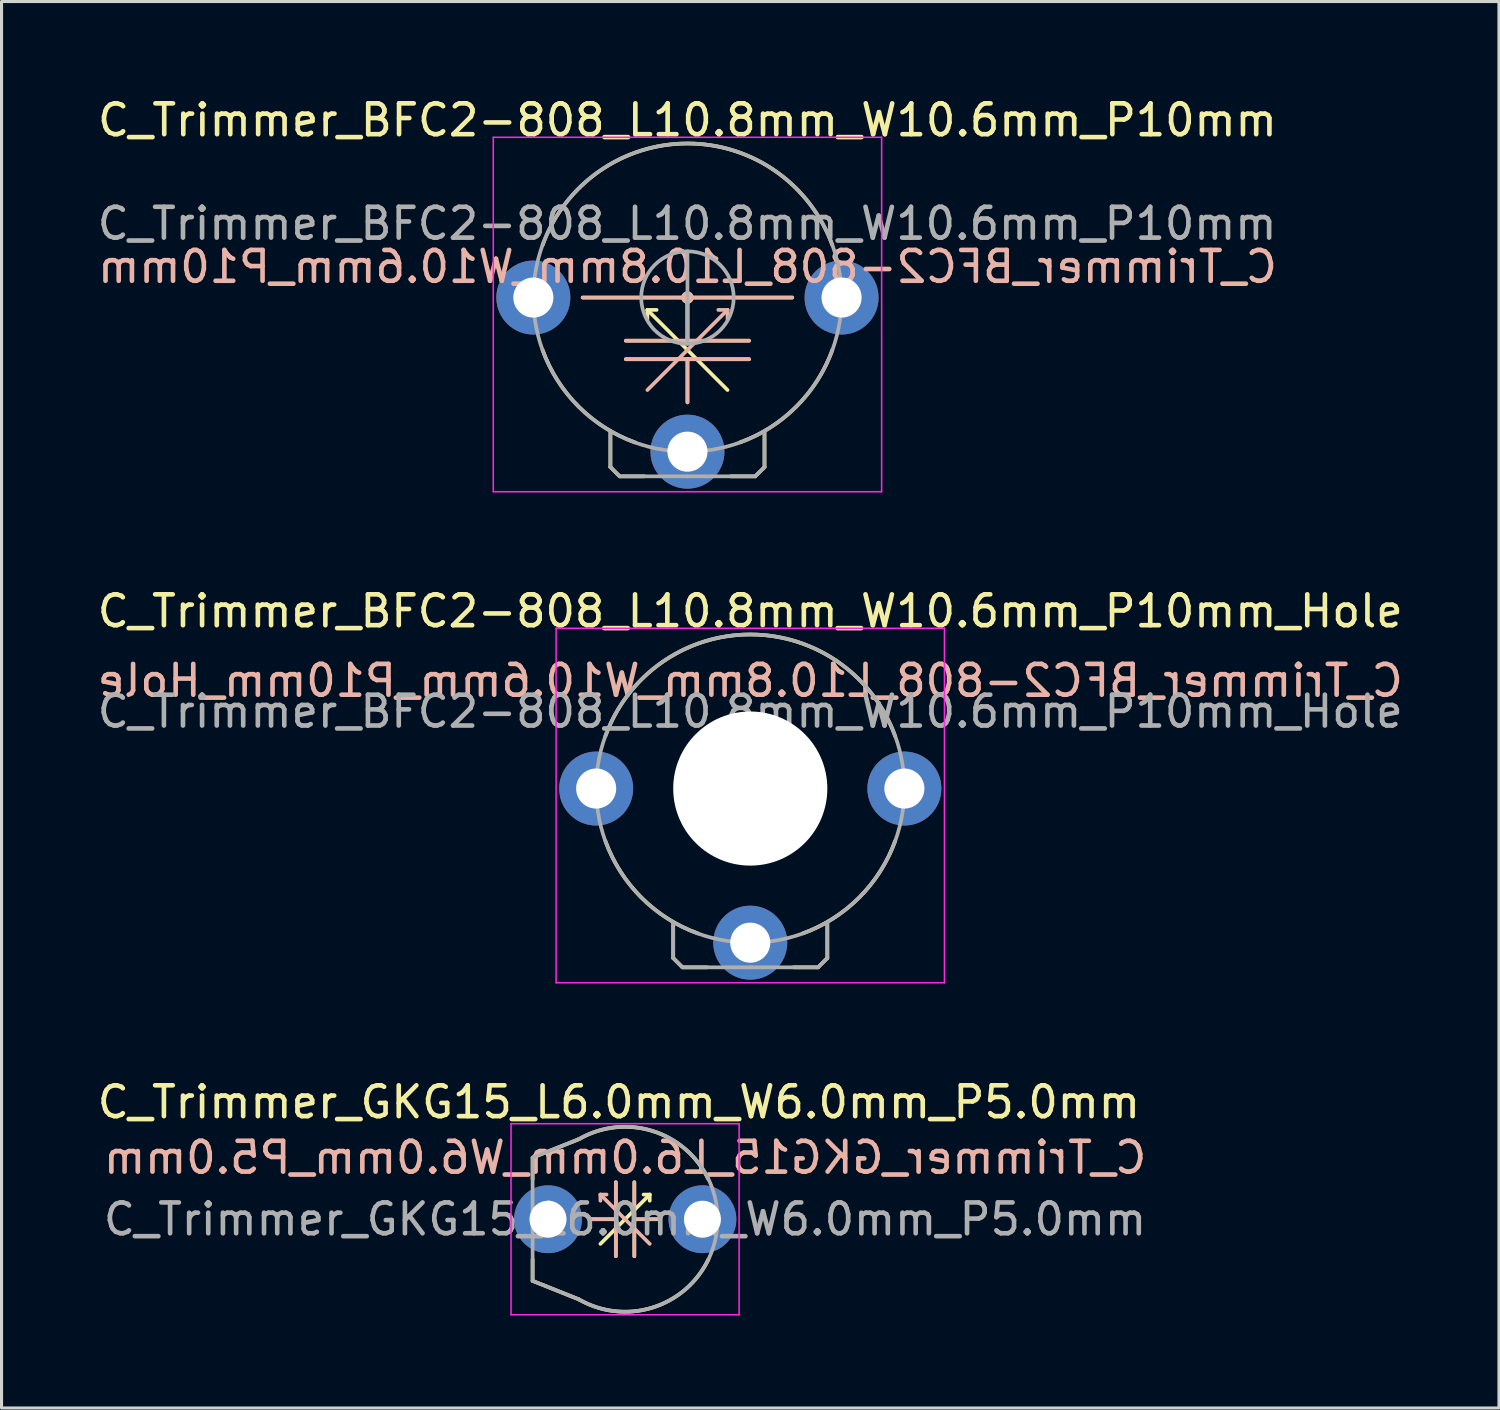
<source format=kicad_pcb>
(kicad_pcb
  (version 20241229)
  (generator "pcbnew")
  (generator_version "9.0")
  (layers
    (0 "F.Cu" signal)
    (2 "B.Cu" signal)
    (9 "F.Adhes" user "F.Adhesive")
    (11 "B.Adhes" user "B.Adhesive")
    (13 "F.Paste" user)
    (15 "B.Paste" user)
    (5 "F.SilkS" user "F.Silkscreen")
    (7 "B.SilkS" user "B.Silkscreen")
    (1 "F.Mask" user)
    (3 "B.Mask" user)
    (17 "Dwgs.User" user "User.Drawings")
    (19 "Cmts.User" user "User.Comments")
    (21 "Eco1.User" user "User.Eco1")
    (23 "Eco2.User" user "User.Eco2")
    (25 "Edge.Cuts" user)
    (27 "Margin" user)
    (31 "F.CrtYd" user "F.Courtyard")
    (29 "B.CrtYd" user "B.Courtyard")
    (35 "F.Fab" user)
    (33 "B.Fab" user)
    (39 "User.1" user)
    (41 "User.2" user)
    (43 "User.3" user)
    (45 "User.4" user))
  (footprint "C_Trimmer_BFC2-808_L10.8mm_W10.6mm_P10mm_Hole"
    (layer "F.Cu")
    (at 21.292 27.534)
    (property "Reference" "C_Trimmer_BFC2-808_L10.8mm_W10.6mm_P10mm_Hole" (at 0 -10.756 0) (layer "F.SilkS") (effects (font (size 1 1) (thickness 0.15))))
    (fp_line (start -2.5 0.5) (end -2.5 -0.65) (stroke (width 0.12) (type solid)) (layer "F.SilkS"))
    (fp_line (start -2.2 0.8) (end -2.5 0.5) (stroke (width 0.12) (type solid)) (layer "F.SilkS"))
    (fp_line (start -1.4 0.8) (end -2.2 0.8) (stroke (width 0.12) (type solid)) (layer "F.SilkS"))
    (fp_line (start 1.4 0.8) (end 2.2 0.8) (stroke (width 0.12) (type solid)) (layer "F.SilkS"))
    (fp_line (start 2.2 0.8) (end 2.5 0.5) (stroke (width 0.12) (type solid)) (layer "F.SilkS"))
    (fp_line (start 2.5 0.5) (end 2.5 -0.65) (stroke (width 0.12) (type solid)) (layer "F.SilkS"))
    (fp_arc (start -4.699999 -6.7) (mid 0 -9.997999) (end 4.699999 -6.699999) (stroke (width 0.12) (type solid)) (layer "F.SilkS"))
    (fp_arc (start -1.7 -0.300001) (mid -3.534119 -1.465882) (end -4.699999 -3.300001) (stroke (width 0.12) (type solid)) (layer "F.SilkS"))
    (fp_arc (start 4.699999 -3.3) (mid 3.534118 -1.465881) (end 1.699999 -0.300001) (stroke (width 0.12) (type solid)) (layer "F.SilkS"))
    (fp_line (start -6.3 -10.2) (end -6.3 1.3) (stroke (width 0.05) (type solid)) (layer "F.CrtYd"))
    (fp_line (start -6.3 1.3) (end 6.3 1.3) (stroke (width 0.05) (type solid)) (layer "F.CrtYd"))
    (fp_line (start 6.3 -10.2) (end -6.3 -10.2) (stroke (width 0.05) (type solid)) (layer "F.CrtYd"))
    (fp_line (start 6.3 1.3) (end 6.3 -10.2) (stroke (width 0.05) (type solid)) (layer "F.CrtYd"))
    (fp_line (start -2.5 0.5) (end -2.5 -0.65) (stroke (width 0.12) (type solid)) (layer "F.Fab"))
    (fp_line (start -2.2 0.8) (end -2.5 0.5) (stroke (width 0.12) (type solid)) (layer "F.Fab"))
    (fp_line (start 0 -6.5) (end 0 -3.5) (stroke (width 0.12) (type solid)) (layer "F.Fab"))
    (fp_line (start 0 0.8) (end -2.2 0.8) (stroke (width 0.12) (type solid)) (layer "F.Fab"))
    (fp_line (start 0 0.8) (end 2.2 0.8) (stroke (width 0.12) (type solid)) (layer "F.Fab"))
    (fp_line (start 2.2 0.8) (end 2.5 0.5) (stroke (width 0.12) (type solid)) (layer "F.Fab"))
    (fp_line (start 2.5 0.5) (end 2.5 -0.65) (stroke (width 0.12) (type solid)) (layer "F.Fab"))
    (fp_circle (center 0 -5) (end 1.5 -5) (stroke (width 0.12) (type solid)) (fill no) (layer "F.Fab"))
    (fp_circle (center 0 -5) (end 5 -5) (stroke (width 0.12) (type solid)) (fill no) (layer "F.Fab"))
    (fp_text user "${REFERENCE}" (at 0 -8.5 0) (layer "B.SilkS") (effects (font (size 1 1) (thickness 0.15)) (justify mirror)))
    (fp_text user "${REFERENCE}" (at 0 -7.5 0) (layer "F.Fab") (effects (font (size 1 1) (thickness 0.15))))
    (pad "" np_thru_hole circle (at 0 -5) (size 5 5) (drill 5) (layers "*.Cu" "*.Mask"))
    (pad "1" thru_hole circle (at 0 0) (size 2.4 2.4) (drill 1.3) (layers "*.Cu" "*.Mask"))
    (pad "2" thru_hole circle (at -5 -5) (size 2.4 2.4) (drill 1.3) (layers "*.Cu" "*.Mask"))
    (pad "2" thru_hole circle (at 5 -5) (size 2.4 2.4) (drill 1.3) (layers "*.Cu" "*.Mask")))
  (footprint "C_Trimmer_BFC2-808_L10.8mm_W10.6mm_P10mm"
    (layer "F.Cu")
    (at 19.254 11.604)
    (property "Reference" "C_Trimmer_BFC2-808_L10.8mm_W10.6mm_P10mm" (at 0 -10.756 0) (layer "F.SilkS") (effects (font (size 1 1) (thickness 0.15))))
    (fp_line (start -3.4 -5) (end 3.4 -5) (stroke (width 0.12) (type solid)) (layer "F.SilkS"))
    (fp_line (start -2.5 0.5) (end -2.5 -0.65) (stroke (width 0.12) (type solid)) (layer "F.SilkS"))
    (fp_line (start -2.2 0.8) (end -2.5 0.5) (stroke (width 0.12) (type solid)) (layer "F.SilkS"))
    (fp_line (start -1.4 0.8) (end -2.2 0.8) (stroke (width 0.12) (type solid)) (layer "F.SilkS"))
    (fp_line (start -1.3 -4.6) (end -1.3 -4.3) (stroke (width 0.12) (type solid)) (layer "F.SilkS"))
    (fp_line (start -1.3 -4.6) (end -1 -4.6) (stroke (width 0.12) (type solid)) (layer "F.SilkS"))
    (fp_line (start 0 -3.6) (end -2 -3.6) (stroke (width 0.12) (type solid)) (layer "F.SilkS"))
    (fp_line (start 0 -3.6) (end 0 -5) (stroke (width 0.12) (type solid)) (layer "F.SilkS"))
    (fp_line (start 0 -3.6) (end 2 -3.6) (stroke (width 0.12) (type solid)) (layer "F.SilkS"))
    (fp_line (start 0 -3.3) (end -1.3 -4.6) (stroke (width 0.12) (type solid)) (layer "F.SilkS"))
    (fp_line (start 0 -3.3) (end 1.3 -2) (stroke (width 0.12) (type solid)) (layer "F.SilkS"))
    (fp_line (start 0 -3) (end -2 -3) (stroke (width 0.12) (type solid)) (layer "F.SilkS"))
    (fp_line (start 0 -3) (end 2 -3) (stroke (width 0.12) (type solid)) (layer "F.SilkS"))
    (fp_line (start 0 -1.6) (end 0 -3) (stroke (width 0.12) (type solid)) (layer "F.SilkS"))
    (fp_line (start 1.4 0.8) (end 2.2 0.8) (stroke (width 0.12) (type solid)) (layer "F.SilkS"))
    (fp_line (start 2.2 0.8) (end 2.5 0.5) (stroke (width 0.12) (type solid)) (layer "F.SilkS"))
    (fp_line (start 2.5 0.5) (end 2.5 -0.65) (stroke (width 0.12) (type solid)) (layer "F.SilkS"))
    (fp_arc (start -4.699999 -6.7) (mid 0 -9.997999) (end 4.699999 -6.699999) (stroke (width 0.12) (type solid)) (layer "F.SilkS"))
    (fp_arc (start -1.7 -0.300001) (mid -3.534119 -1.465882) (end -4.699999 -3.300001) (stroke (width 0.12) (type solid)) (layer "F.SilkS"))
    (fp_arc (start 4.699999 -3.3) (mid 3.534118 -1.465881) (end 1.699999 -0.300001) (stroke (width 0.12) (type solid)) (layer "F.SilkS"))
    (fp_circle (center 0 -5) (end 0.1 -5) (stroke (width 0.2) (type solid)) (fill no) (layer "F.SilkS"))
    (fp_line (start 0 -3.6) (end -2 -3.6) (stroke (width 0.12) (type solid)) (layer "B.SilkS"))
    (fp_line (start 0 -3.6) (end 0 -5) (stroke (width 0.12) (type solid)) (layer "B.SilkS"))
    (fp_line (start 0 -3.6) (end 2 -3.6) (stroke (width 0.12) (type solid)) (layer "B.SilkS"))
    (fp_line (start 0 -3.3) (end -1.3 -2) (stroke (width 0.12) (type solid)) (layer "B.SilkS"))
    (fp_line (start 0 -3.3) (end 1.3 -4.6) (stroke (width 0.12) (type solid)) (layer "B.SilkS"))
    (fp_line (start 0 -3) (end -2 -3) (stroke (width 0.12) (type solid)) (layer "B.SilkS"))
    (fp_line (start 0 -3) (end 2 -3) (stroke (width 0.12) (type solid)) (layer "B.SilkS"))
    (fp_line (start 0 -1.6) (end 0 -3) (stroke (width 0.12) (type solid)) (layer "B.SilkS"))
    (fp_line (start 1.3 -4.6) (end 1 -4.6) (stroke (width 0.12) (type solid)) (layer "B.SilkS"))
    (fp_line (start 1.3 -4.6) (end 1.3 -4.3) (stroke (width 0.12) (type solid)) (layer "B.SilkS"))
    (fp_line (start 3.4 -5) (end -3.4 -5) (stroke (width 0.12) (type solid)) (layer "B.SilkS"))
    (fp_circle (center 0 -5) (end -0.1 -5) (stroke (width 0.2) (type solid)) (fill no) (layer "B.SilkS"))
    (fp_line (start -6.3 -10.2) (end -6.3 1.3) (stroke (width 0.05) (type solid)) (layer "F.CrtYd"))
    (fp_line (start -6.3 1.3) (end 6.3 1.3) (stroke (width 0.05) (type solid)) (layer "F.CrtYd"))
    (fp_line (start 6.3 -10.2) (end -6.3 -10.2) (stroke (width 0.05) (type solid)) (layer "F.CrtYd"))
    (fp_line (start 6.3 1.3) (end 6.3 -10.2) (stroke (width 0.05) (type solid)) (layer "F.CrtYd"))
    (fp_line (start -2.5 0.5) (end -2.5 -0.65) (stroke (width 0.12) (type solid)) (layer "F.Fab"))
    (fp_line (start -2.2 0.8) (end -2.5 0.5) (stroke (width 0.12) (type solid)) (layer "F.Fab"))
    (fp_line (start 0 -6.5) (end 0 -3.5) (stroke (width 0.12) (type solid)) (layer "F.Fab"))
    (fp_line (start 0 0.8) (end -2.2 0.8) (stroke (width 0.12) (type solid)) (layer "F.Fab"))
    (fp_line (start 0 0.8) (end 2.2 0.8) (stroke (width 0.12) (type solid)) (layer "F.Fab"))
    (fp_line (start 2.2 0.8) (end 2.5 0.5) (stroke (width 0.12) (type solid)) (layer "F.Fab"))
    (fp_line (start 2.5 0.5) (end 2.5 -0.65) (stroke (width 0.12) (type solid)) (layer "F.Fab"))
    (fp_circle (center 0 -5) (end 1.5 -5) (stroke (width 0.12) (type solid)) (fill no) (layer "F.Fab"))
    (fp_circle (center 0 -5) (end 5 -5) (stroke (width 0.12) (type solid)) (fill no) (layer "F.Fab"))
    (fp_text user "${REFERENCE}" (at 0 -6 0) (layer "B.SilkS") (effects (font (size 1 1) (thickness 0.15)) (justify mirror)))
    (fp_text user "${REFERENCE}" (at -0.01 -7.4 0) (layer "F.Fab") (effects (font (size 1 1) (thickness 0.15))))
    (pad "1" thru_hole circle (at 0 0) (size 2.4 2.4) (drill 1.3) (layers "*.Cu" "*.Mask"))
    (pad "2" thru_hole circle (at -5 -5) (size 2.4 2.4) (drill 1.3) (layers "*.Cu" "*.Mask"))
    (pad "2" thru_hole circle (at 5 -5) (size 2.4 2.4) (drill 1.3) (layers "*.Cu" "*.Mask")))
  (footprint "C_Trimmer_GKG15_L6.0mm_W6.0mm_P5.0mm"
    (layer "F.Cu")
    (at 14.73 36.507)
    (property "Reference" "C_Trimmer_GKG15_L6.0mm_W6.0mm_P5.0mm" (at 2.3 -3.8 180) (layer "F.SilkS") (effects (font (size 1 1) (thickness 0.15))))
    (fp_line (start -0.5 -2) (end -0.5 -1.3) (stroke (width 0.12) (type solid)) (layer "F.SilkS"))
    (fp_line (start -0.5 -2) (end 1.002 -2.596) (stroke (width 0.12) (type solid)) (layer "F.SilkS"))
    (fp_line (start -0.5 2) (end -0.5 1.3) (stroke (width 0.12) (type solid)) (layer "F.SilkS"))
    (fp_line (start -0.5 2) (end 1 2.6) (stroke (width 0.12) (type solid)) (layer "F.SilkS"))
    (fp_line (start 1.4 0) (end 2.2 0) (stroke (width 0.12) (type solid)) (layer "F.SilkS"))
    (fp_line (start 2.2 0) (end 2.2 -1.2) (stroke (width 0.12) (type solid)) (layer "F.SilkS"))
    (fp_line (start 2.2 0) (end 2.2 1.2) (stroke (width 0.12) (type solid)) (layer "F.SilkS"))
    (fp_line (start 2.5 0) (end 1.7 0.8) (stroke (width 0.12) (type solid)) (layer "F.SilkS"))
    (fp_line (start 2.5 0) (end 3.3 -0.8) (stroke (width 0.12) (type solid)) (layer "F.SilkS"))
    (fp_line (start 2.8 0) (end 3.6 0) (stroke (width 0.12) (type solid)) (layer "F.SilkS"))
    (fp_line (start 2.8 1.2) (end 2.8 -1.2) (stroke (width 0.12) (type solid)) (layer "F.SilkS"))
    (fp_line (start 3.3 -0.8) (end 3.1 -0.8) (stroke (width 0.12) (type solid)) (layer "F.SilkS"))
    (fp_line (start 3.3 -0.8) (end 3.3 -0.6) (stroke (width 0.12) (type solid)) (layer "F.SilkS"))
    (fp_arc (start 1.0025 -2.595667) (mid 3.38385 -2.863355) (end 5.199999 -1.299999) (stroke (width 0.12) (type solid)) (layer "F.SilkS"))
    (fp_arc (start 5.204505 1.302169) (mid 3.385324 2.868134) (end 1.000001 2.599999) (stroke (width 0.12) (type solid)) (layer "F.SilkS"))
    (fp_line (start 1.7 -0.8) (end 1.7 -0.6) (stroke (width 0.12) (type solid)) (layer "B.SilkS"))
    (fp_line (start 1.7 -0.8) (end 1.9 -0.8) (stroke (width 0.12) (type solid)) (layer "B.SilkS"))
    (fp_line (start 2.2 0) (end 1.4 0) (stroke (width 0.12) (type solid)) (layer "B.SilkS"))
    (fp_line (start 2.2 1.2) (end 2.2 -1.2) (stroke (width 0.12) (type solid)) (layer "B.SilkS"))
    (fp_line (start 2.5 0) (end 1.7 -0.8) (stroke (width 0.12) (type solid)) (layer "B.SilkS"))
    (fp_line (start 2.5 0) (end 3.3 0.8) (stroke (width 0.12) (type solid)) (layer "B.SilkS"))
    (fp_line (start 2.8 0) (end 2.8 -1.2) (stroke (width 0.12) (type solid)) (layer "B.SilkS"))
    (fp_line (start 2.8 0) (end 2.8 1.2) (stroke (width 0.12) (type solid)) (layer "B.SilkS"))
    (fp_line (start 3.6 0) (end 2.8 0) (stroke (width 0.12) (type solid)) (layer "B.SilkS"))
    (fp_line (start -1.2 -3.1) (end -1.2 3.1) (stroke (width 0.05) (type solid)) (layer "F.CrtYd"))
    (fp_line (start -1.2 3.1) (end 6.2 3.1) (stroke (width 0.05) (type solid)) (layer "F.CrtYd"))
    (fp_line (start 6.2 -3.1) (end -1.2 -3.1) (stroke (width 0.05) (type solid)) (layer "F.CrtYd"))
    (fp_line (start 6.2 3.1) (end 6.2 -3.1) (stroke (width 0.05) (type solid)) (layer "F.CrtYd"))
    (fp_line (start -0.5 -2) (end 1 -2.6) (stroke (width 0.12) (type solid)) (layer "F.Fab"))
    (fp_line (start -0.5 0) (end -0.5 -2) (stroke (width 0.12) (type solid)) (layer "F.Fab"))
    (fp_line (start -0.5 2) (end -0.5 0) (stroke (width 0.12) (type solid)) (layer "F.Fab"))
    (fp_line (start -0.5 2) (end 1 2.6) (stroke (width 0.12) (type solid)) (layer "F.Fab"))
    (fp_arc (start 1 -2.599999) (mid 5.501665 0) (end 1.000001 2.599999) (stroke (width 0.12) (type solid)) (layer "F.Fab"))
    (fp_text user "${REFERENCE}" (at 2.5 -2 180) (layer "B.SilkS") (effects (font (size 1 1) (thickness 0.15)) (justify mirror)))
    (fp_text user "${REFERENCE}" (at 2.5 0 180) (layer "F.Fab") (effects (font (size 1 1) (thickness 0.15))))
    (pad "1" thru_hole circle (at 0 0 180) (size 2.2 2.2) (drill 1.2) (layers "*.Cu" "*.Mask"))
    (pad "2" thru_hole circle (at 5.01 0 180) (size 2.2 2.2) (drill 1.2) (layers "*.Cu" "*.Mask")))
  (gr_rect
    (start -3 -3)
    (end 45.583 42.632)
    (stroke (width 0.1) (type default))
    (fill no)
    (layer "Edge.Cuts")))
</source>
